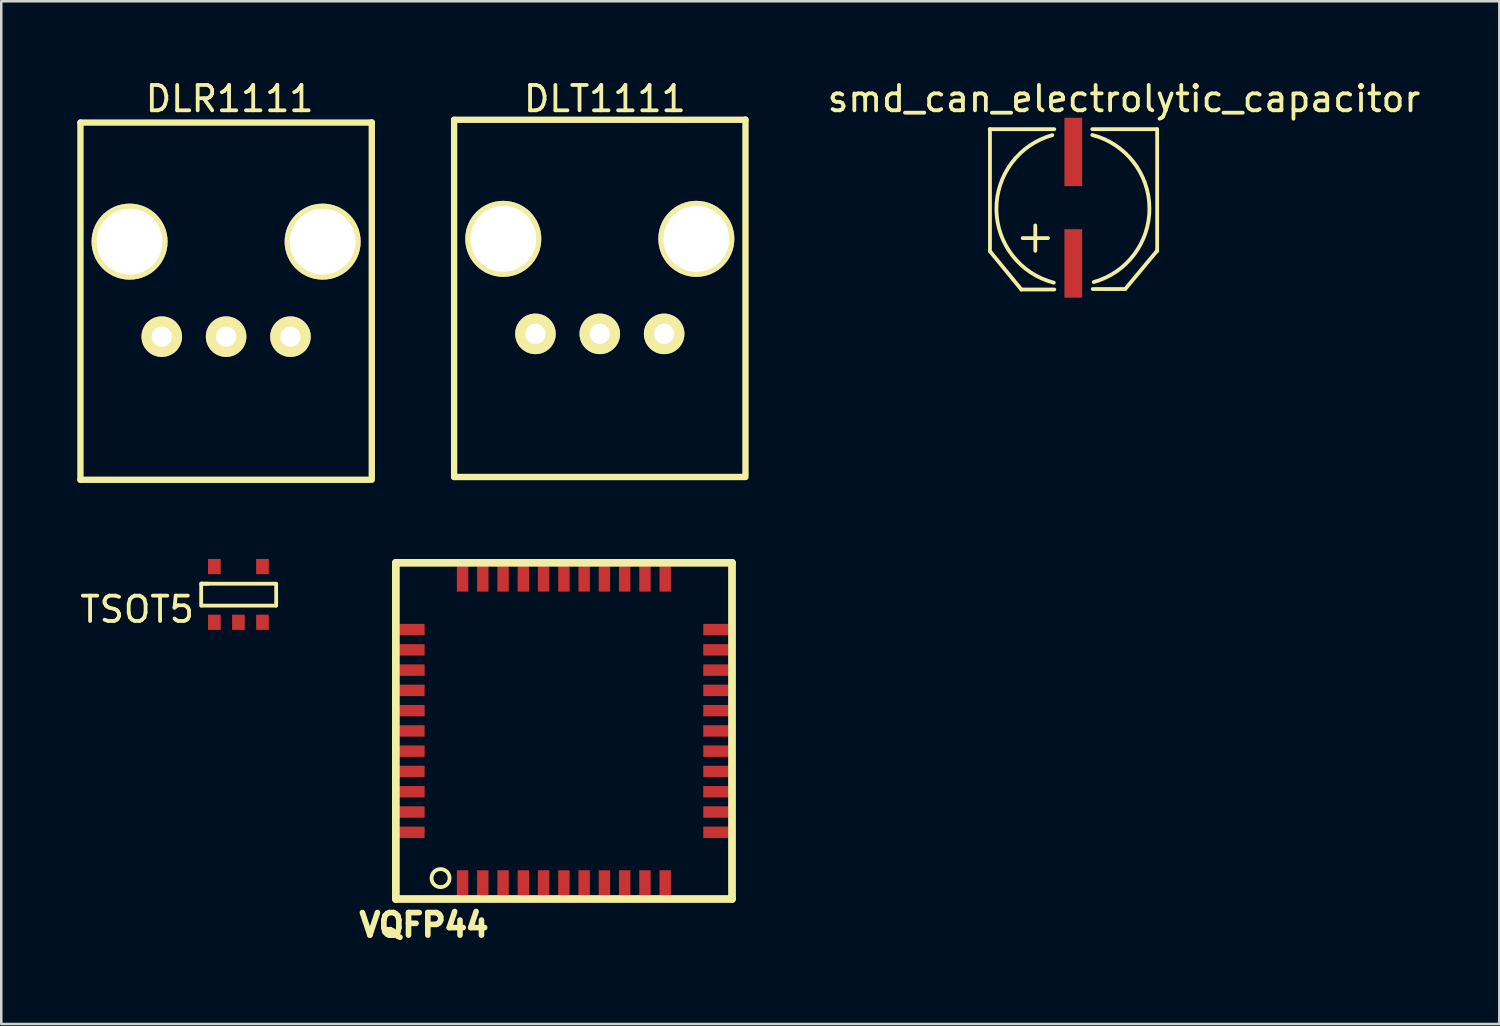
<source format=kicad_pcb>
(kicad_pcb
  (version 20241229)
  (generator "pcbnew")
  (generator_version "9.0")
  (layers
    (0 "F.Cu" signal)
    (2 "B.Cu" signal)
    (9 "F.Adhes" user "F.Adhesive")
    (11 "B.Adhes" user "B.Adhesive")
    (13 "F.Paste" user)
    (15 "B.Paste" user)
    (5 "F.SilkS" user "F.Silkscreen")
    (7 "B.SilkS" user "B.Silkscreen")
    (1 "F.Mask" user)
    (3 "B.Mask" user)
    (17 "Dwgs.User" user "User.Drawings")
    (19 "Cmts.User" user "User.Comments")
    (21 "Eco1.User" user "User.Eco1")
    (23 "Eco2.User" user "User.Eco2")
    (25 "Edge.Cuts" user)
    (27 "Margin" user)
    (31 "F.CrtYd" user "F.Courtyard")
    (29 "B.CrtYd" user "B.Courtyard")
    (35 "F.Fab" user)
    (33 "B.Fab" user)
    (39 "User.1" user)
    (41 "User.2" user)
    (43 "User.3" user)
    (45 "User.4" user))
  (footprint "DLT1111"
    (layer "F.Cu")
    (at 20.625 10.128)
    (property "Reference" "DLT1111" (at 0.2 -9.28 0) (layer "F.SilkS") (effects (font (size 1 1) (thickness 0.15))))
    (attr through_hole)
    (fp_line (start -5.75 -8.45) (end -5.75 5.65) (stroke (width 0.25) (type solid)) (layer "F.SilkS"))
    (fp_line (start -5.75 -8.45) (end 5.75 -8.45) (stroke (width 0.25) (type solid)) (layer "F.SilkS"))
    (fp_line (start -5.75 5.65) (end 5.75 5.65) (stroke (width 0.25) (type solid)) (layer "F.SilkS"))
    (fp_line (start 5.75 -8.46) (end 5.75 5.56) (stroke (width 0.25) (type solid)) (layer "F.SilkS"))
    (pad "1" thru_hole circle (at -3.81 -3.75) (size 3 3) (drill 2.6) (layers "*.Cu" "*.Mask" "F.SilkS"))
    (pad "1" thru_hole circle (at -2.54 0) (size 1.6 1.6) (drill 0.8) (layers "*.Cu" "*.Mask" "F.SilkS"))
    (pad "1" thru_hole circle (at 3.81 -3.75) (size 3 3) (drill 2.6) (layers "*.Cu" "*.Mask" "F.SilkS"))
    (pad "2" thru_hole circle (at 0 0) (size 1.6 1.6) (drill 0.8) (layers "*.Cu" "*.Mask" "F.SilkS"))
    (pad "3" thru_hole circle (at 2.54 0) (size 1.6 1.6) (drill 0.8) (layers "*.Cu" "*.Mask" "F.SilkS")))
  (footprint "VQFP44"
    (layer "F.Cu")
    (at 15.209 31.8)
    (property "Reference" "VQFP44" (at -1.52 1.66 0) (layer "F.SilkS") (effects (font (size 0.889 0.889) (thickness 0.222))))
    (attr through_hole)
    (fp_line (start -2.634 -12.634) (end -2.634 0.635) (stroke (width 0.305) (type solid)) (layer "F.SilkS"))
    (fp_line (start -2.634 0.635) (end 10.635 0.635) (stroke (width 0.305) (type solid)) (layer "F.SilkS"))
    (fp_line (start 10.635 -12.634) (end -2.634 -12.634) (stroke (width 0.305) (type solid)) (layer "F.SilkS"))
    (fp_line (start 10.635 0.635) (end 10.635 -12.634) (stroke (width 0.305) (type solid)) (layer "F.SilkS"))
    (fp_circle (center -0.87 -0.19) (end -0.59 0.03) (stroke (width 0.15) (type solid)) (fill no) (layer "F.SilkS"))
    (pad "1" smd rect (at 0 0) (size 0.45 1) (layers "F.Cu" "F.Mask" "F.Paste"))
    (pad "2" smd rect (at 0.798 0) (size 0.45 1) (layers "F.Cu" "F.Mask" "F.Paste"))
    (pad "3" smd rect (at 1.598 0) (size 0.45 1) (layers "F.Cu" "F.Mask" "F.Paste"))
    (pad "4" smd rect (at 2.398 0) (size 0.45 1) (layers "F.Cu" "F.Mask" "F.Paste"))
    (pad "5" smd rect (at 3.198 0) (size 0.45 1) (layers "F.Cu" "F.Mask" "F.Paste"))
    (pad "6" smd rect (at 3.998 0) (size 0.45 1) (layers "F.Cu" "F.Mask" "F.Paste"))
    (pad "7" smd rect (at 4.798 0) (size 0.45 1) (layers "F.Cu" "F.Mask" "F.Paste"))
    (pad "8" smd rect (at 5.598 0) (size 0.45 1) (layers "F.Cu" "F.Mask" "F.Paste"))
    (pad "9" smd rect (at 6.398 0) (size 0.45 1) (layers "F.Cu" "F.Mask" "F.Paste"))
    (pad "10" smd rect (at 7.198 0) (size 0.45 1) (layers "F.Cu" "F.Mask" "F.Paste"))
    (pad "11" smd rect (at 7.998 0) (size 0.45 1) (layers "F.Cu" "F.Mask" "F.Paste"))
    (pad "12" smd rect (at 10 -1.999 270) (size 0.45 1) (layers "F.Cu" "F.Mask" "F.Paste"))
    (pad "13" smd rect (at 10 -2.799 270) (size 0.45 1) (layers "F.Cu" "F.Mask" "F.Paste"))
    (pad "14" smd rect (at 10 -3.599 270) (size 0.45 1) (layers "F.Cu" "F.Mask" "F.Paste"))
    (pad "15" smd rect (at 10 -4.399 270) (size 0.45 1) (layers "F.Cu" "F.Mask" "F.Paste"))
    (pad "16" smd rect (at 10 -5.199 270) (size 0.45 1) (layers "F.Cu" "F.Mask" "F.Paste"))
    (pad "17" smd rect (at 10 -5.999 270) (size 0.45 1) (layers "F.Cu" "F.Mask" "F.Paste"))
    (pad "18" smd rect (at 10 -6.8 270) (size 0.45 1) (layers "F.Cu" "F.Mask" "F.Paste"))
    (pad "19" smd rect (at 10 -7.6 270) (size 0.45 1) (layers "F.Cu" "F.Mask" "F.Paste"))
    (pad "20" smd rect (at 10 -8.4 270) (size 0.45 1) (layers "F.Cu" "F.Mask" "F.Paste"))
    (pad "21" smd rect (at 10 -9.2 270) (size 0.45 1) (layers "F.Cu" "F.Mask" "F.Paste"))
    (pad "22" smd rect (at 10 -10 270) (size 0.45 1) (layers "F.Cu" "F.Mask" "F.Paste"))
    (pad "23" smd rect (at 7.998 -11.999 180) (size 0.45 1) (layers "F.Cu" "F.Mask" "F.Paste"))
    (pad "24" smd rect (at 7.198 -11.999 180) (size 0.45 1) (layers "F.Cu" "F.Mask" "F.Paste"))
    (pad "25" smd rect (at 6.398 -11.999 180) (size 0.45 1) (layers "F.Cu" "F.Mask" "F.Paste"))
    (pad "26" smd rect (at 5.598 -11.999 180) (size 0.45 1) (layers "F.Cu" "F.Mask" "F.Paste"))
    (pad "27" smd rect (at 4.798 -11.999 180) (size 0.45 1) (layers "F.Cu" "F.Mask" "F.Paste"))
    (pad "28" smd rect (at 3.998 -11.999 180) (size 0.45 1) (layers "F.Cu" "F.Mask" "F.Paste"))
    (pad "29" smd rect (at 3.198 -11.999 180) (size 0.45 1) (layers "F.Cu" "F.Mask" "F.Paste"))
    (pad "30" smd rect (at 2.398 -11.999 180) (size 0.45 1) (layers "F.Cu" "F.Mask" "F.Paste"))
    (pad "31" smd rect (at 1.598 -11.999 180) (size 0.45 1) (layers "F.Cu" "F.Mask" "F.Paste"))
    (pad "32" smd rect (at 0.798 -11.999 180) (size 0.45 1) (layers "F.Cu" "F.Mask" "F.Paste"))
    (pad "33" smd rect (at 0 -11.999 180) (size 0.45 1) (layers "F.Cu" "F.Mask" "F.Paste"))
    (pad "34" smd rect (at -1.999 -10 90) (size 0.45 1) (layers "F.Cu" "F.Mask" "F.Paste"))
    (pad "35" smd rect (at -1.999 -9.2 90) (size 0.45 1) (layers "F.Cu" "F.Mask" "F.Paste"))
    (pad "36" smd rect (at -1.999 -8.4 90) (size 0.45 1) (layers "F.Cu" "F.Mask" "F.Paste"))
    (pad "37" smd rect (at -1.999 -7.6 90) (size 0.45 1) (layers "F.Cu" "F.Mask" "F.Paste"))
    (pad "38" smd rect (at -1.999 -6.8 90) (size 0.45 1) (layers "F.Cu" "F.Mask" "F.Paste"))
    (pad "39" smd rect (at -1.999 -5.999 90) (size 0.45 1) (layers "F.Cu" "F.Mask" "F.Paste"))
    (pad "40" smd rect (at -1.999 -5.199 90) (size 0.45 1) (layers "F.Cu" "F.Mask" "F.Paste"))
    (pad "41" smd rect (at -1.999 -4.399 90) (size 0.45 1) (layers "F.Cu" "F.Mask" "F.Paste"))
    (pad "42" smd rect (at -1.999 -3.599 90) (size 0.45 1) (layers "F.Cu" "F.Mask" "F.Paste"))
    (pad "43" smd rect (at -1.999 -2.799 90) (size 0.45 1) (layers "F.Cu" "F.Mask" "F.Paste"))
    (pad "44" smd rect (at -1.999 -1.999 90) (size 0.45 1) (layers "F.Cu" "F.Mask" "F.Paste")))
  (footprint "smd_can_electrolytic_capacitor"
    (layer "F.Cu")
    (at 39.315 7.348)
    (property "Reference" "smd_can_electrolytic_capacitor" (at 2 -6.5 0) (layer "F.SilkS") (effects (font (size 1 1) (thickness 0.15))))
    (attr through_hole)
    (fp_line (start -3.3 -5.3) (end -0.75 -5.3) (stroke (width 0.15) (type solid)) (layer "F.SilkS"))
    (fp_line (start -3.29 -5.3) (end -3.29 -0.48) (stroke (width 0.15) (type solid)) (layer "F.SilkS"))
    (fp_line (start -3.29 -0.48) (end -2.05 1.03) (stroke (width 0.15) (type solid)) (layer "F.SilkS"))
    (fp_line (start -2.05 1.03) (end -0.75 1.03) (stroke (width 0.15) (type solid)) (layer "F.SilkS"))
    (fp_line (start -2 -1) (end -1 -1) (stroke (width 0.15) (type solid)) (layer "F.SilkS"))
    (fp_line (start -1.5 -1.5) (end -1.5 -0.5) (stroke (width 0.15) (type solid)) (layer "F.SilkS"))
    (fp_line (start 0.75 -5.3) (end 3.3 -5.3) (stroke (width 0.15) (type solid)) (layer "F.SilkS"))
    (fp_line (start 2.05 1.01) (end 0.77 1.01) (stroke (width 0.15) (type solid)) (layer "F.SilkS"))
    (fp_line (start 3.29 -0.48) (end 2.05 1.01) (stroke (width 0.15) (type solid)) (layer "F.SilkS"))
    (fp_line (start 3.31 -5.3) (end 3.31 -0.48) (stroke (width 0.15) (type solid)) (layer "F.SilkS"))
    (fp_arc (start -0.77 0.76) (mid -3.034618 -2.128693) (end -0.830481 -5.063794) (stroke (width 0.15) (type solid)) (layer "F.SilkS"))
    (fp_arc (start 0.75 -5.07) (mid 3.004958 -2.188719) (end 0.805481 0.735134) (stroke (width 0.15) (type solid)) (layer "F.SilkS"))
    (pad "1" smd rect (at 0 0) (size 0.7 2.7) (layers "F.Cu" "F.Mask" "F.Paste"))
    (pad "2" smd rect (at 0 -4.4) (size 0.7 2.7) (layers "F.Cu" "F.Mask" "F.Paste")))
  (footprint "TSOT5"
    (layer "F.Cu")
    (at 5.411 21.513)
    (property "Reference" "TSOT5" (at -3.048 -0.508 0) (layer "F.SilkS") (effects (font (size 1 1) (thickness 0.15))))
    (attr through_hole)
    (fp_line (start -0.52 -1.53) (end -0.52 -0.66) (stroke (width 0.15) (type solid)) (layer "F.SilkS"))
    (fp_line (start -0.508 -1.524) (end 2.44 -1.524) (stroke (width 0.15) (type solid)) (layer "F.SilkS"))
    (fp_line (start -0.254 -1.524) (end -0.508 -1.524) (stroke (width 0.15) (type solid)) (layer "F.SilkS"))
    (fp_line (start 2.44 -1.51) (end 2.44 -0.66) (stroke (width 0.15) (type solid)) (layer "F.SilkS"))
    (fp_line (start 2.44 -0.658) (end -0.508 -0.658) (stroke (width 0.15) (type solid)) (layer "F.SilkS"))
    (pad "1" smd rect (at 0 0) (size 0.5 0.6) (layers "F.Cu" "F.Mask" "F.Paste"))
    (pad "2" smd rect (at 0.95 0) (size 0.5 0.6) (layers "F.Cu" "F.Mask" "F.Paste"))
    (pad "3" smd rect (at 1.9 0) (size 0.5 0.6) (layers "F.Cu" "F.Mask" "F.Paste"))
    (pad "4" smd rect (at 1.9 -2.2) (size 0.5 0.6) (layers "F.Cu" "F.Mask" "F.Paste"))
    (pad "5" smd rect (at 0 -2.2) (size 0.5 0.6) (layers "F.Cu" "F.Mask" "F.Paste")))
  (footprint "DLR1111"
    (layer "F.Cu")
    (at 5.875 10.238)
    (property "Reference" "DLR1111" (at 0.14 -9.39 0) (layer "F.SilkS") (effects (font (size 1 1) (thickness 0.15))))
    (attr through_hole)
    (fp_line (start -5.75 -8.45) (end -5.75 5.65) (stroke (width 0.25) (type solid)) (layer "F.SilkS"))
    (fp_line (start -5.75 -8.45) (end 5.75 -8.45) (stroke (width 0.25) (type solid)) (layer "F.SilkS"))
    (fp_line (start -5.75 5.65) (end 5.75 5.65) (stroke (width 0.25) (type solid)) (layer "F.SilkS"))
    (fp_line (start 5.75 -8.46) (end 5.75 5.56) (stroke (width 0.25) (type solid)) (layer "F.SilkS"))
    (pad "1" thru_hole circle (at -2.54 0) (size 1.6 1.6) (drill 0.8) (layers "*.Cu" "*.Mask" "F.SilkS"))
    (pad "2" thru_hole circle (at -3.81 -3.75) (size 3 3) (drill 2.6) (layers "*.Cu" "*.Mask" "F.SilkS"))
    (pad "2" thru_hole circle (at 0 0) (size 1.6 1.6) (drill 0.8) (layers "*.Cu" "*.Mask" "F.SilkS"))
    (pad "2" thru_hole circle (at 3.81 -3.75) (size 3 3) (drill 2.6) (layers "*.Cu" "*.Mask" "F.SilkS"))
    (pad "3" thru_hole circle (at 2.54 0) (size 1.6 1.6) (drill 0.8) (layers "*.Cu" "*.Mask" "F.SilkS")))
  (gr_rect
    (start -3 -3)
    (end 56.131 37.37)
    (stroke (width 0.1) (type default))
    (fill no)
    (layer "Edge.Cuts")))
</source>
